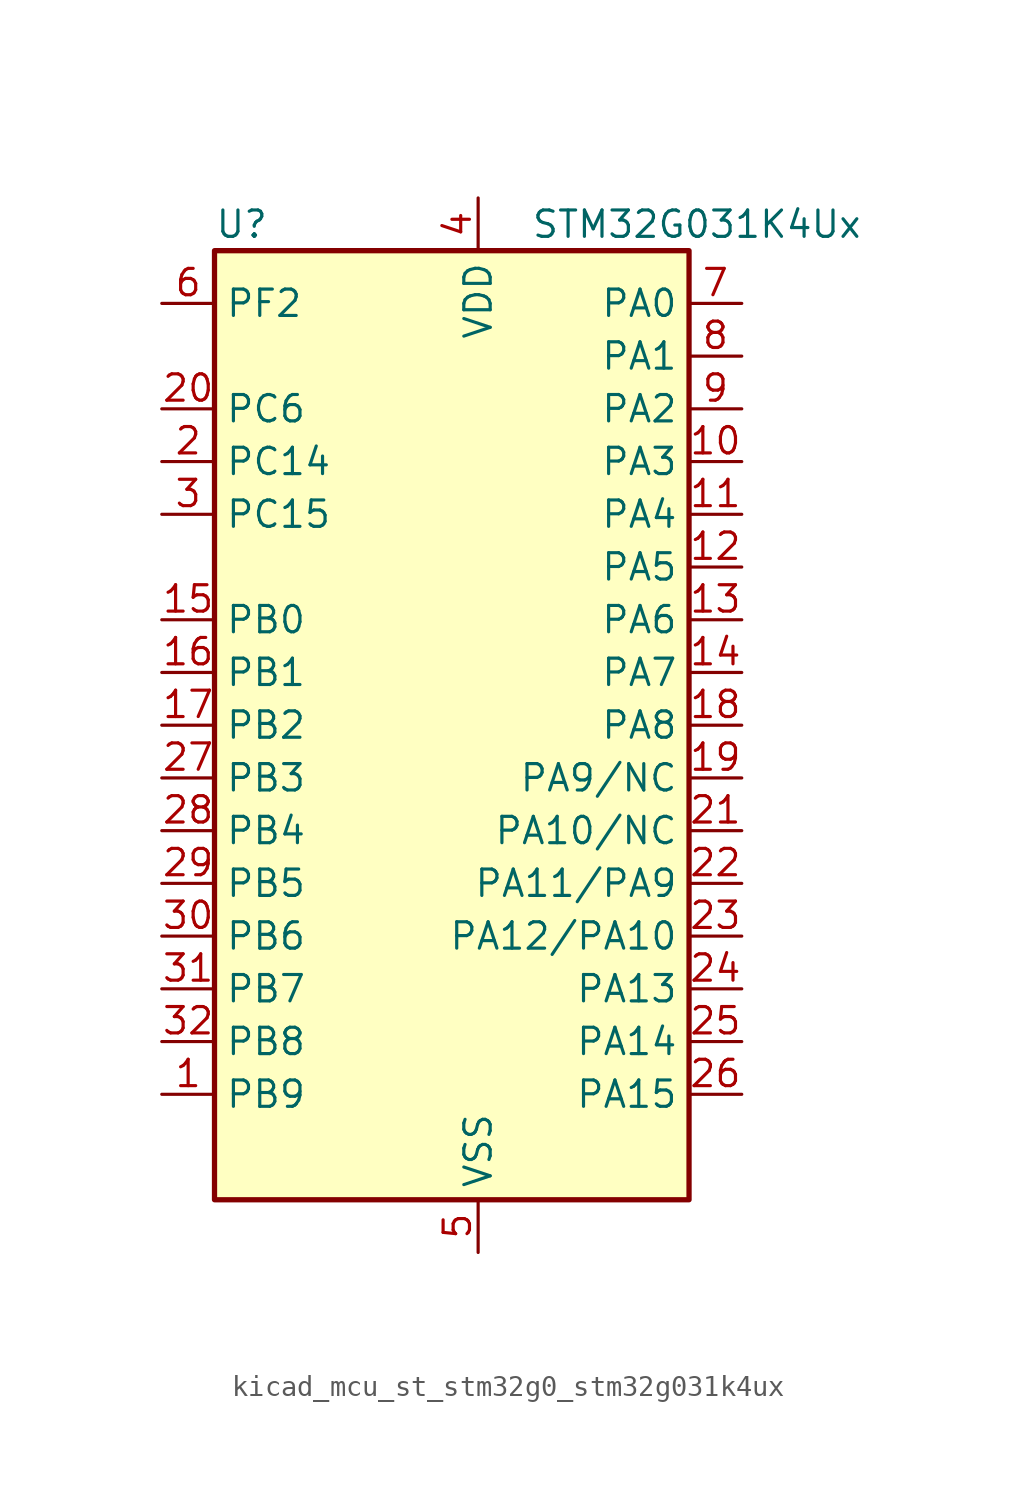
<source format=kicad_sym>
(kicad_symbol_lib
  (version 20220914)
  (generator kicad_symbol_editor)
  (symbol "kicad_mcu_st_stm32g0_stm32g031k4ux"
    (property "Reference" "U"
      (at -10.16 24.13 0)
      (effects (font (size 1.27 1.27)) (justify left)))
    (property "Value" "STM32G031K4Ux"
      (at 5.08 24.13 0)
      (effects (font (size 1.27 1.27)) (justify left)))
    (property "ki_locked" ""
      (at 0 0 0)
      (effects (font (size 1.27 1.27))))
    (symbol "kicad_mcu_st_stm32g0_stm32g031k4ux_0_1"
      (rectangle (start -10.16 -22.86) (end 12.7 22.86) (stroke (width 0.254) (type default)) (fill (type background))))
    (symbol "kicad_mcu_st_stm32g0_stm32g031k4ux_1_1"
      (pin bidirectional line (at -12.7 -17.78 0) (length 2.54) (name "PB9" (effects (font (size 1.27 1.27)))) (number "1" (effects (font (size 1.27 1.27)))) (alternate "I2C1_SDA" bidirectional line) (alternate "IR_OUT" bidirectional line) (alternate "SPI2_NSS" bidirectional line) (alternate "TIM17_CH1" bidirectional line))
      (pin bidirectional line (at 15.24 12.7 180) (length 2.54) (name "PA3" (effects (font (size 1.27 1.27)))) (number "10" (effects (font (size 1.27 1.27)))) (alternate "ADC1_IN3" bidirectional line) (alternate "LPUART1_RX" bidirectional line) (alternate "SPI2_MISO" bidirectional line) (alternate "TIM2_CH4" bidirectional line) (alternate "USART2_RX" bidirectional line))
      (pin bidirectional line (at 15.24 10.16 180) (length 2.54) (name "PA4" (effects (font (size 1.27 1.27)))) (number "11" (effects (font (size 1.27 1.27)))) (alternate "ADC1_IN4" bidirectional line) (alternate "I2S1_WS" bidirectional line) (alternate "LPTIM2_OUT" bidirectional line) (alternate "RTC_OUT_ALARM" bidirectional line) (alternate "RTC_OUT_CALIB" bidirectional line) (alternate "RTC_TAMP_IN1" bidirectional line) (alternate "RTC_TS" bidirectional line) (alternate "SPI1_NSS" bidirectional line) (alternate "SPI2_MOSI" bidirectional line) (alternate "SYS_WKUP2" bidirectional line) (alternate "TIM14_CH1" bidirectional line))
      (pin bidirectional line (at 15.24 7.62 180) (length 2.54) (name "PA5" (effects (font (size 1.27 1.27)))) (number "12" (effects (font (size 1.27 1.27)))) (alternate "ADC1_IN5" bidirectional line) (alternate "I2S1_CK" bidirectional line) (alternate "LPTIM2_ETR" bidirectional line) (alternate "SPI1_SCK" bidirectional line) (alternate "TIM2_CH1" bidirectional line) (alternate "TIM2_ETR" bidirectional line))
      (pin bidirectional line (at 15.24 5.08 180) (length 2.54) (name "PA6" (effects (font (size 1.27 1.27)))) (number "13" (effects (font (size 1.27 1.27)))) (alternate "ADC1_IN6" bidirectional line) (alternate "I2S1_MCK" bidirectional line) (alternate "LPUART1_CTS" bidirectional line) (alternate "SPI1_MISO" bidirectional line) (alternate "TIM16_CH1" bidirectional line) (alternate "TIM1_BK" bidirectional line) (alternate "TIM3_CH1" bidirectional line))
      (pin bidirectional line (at 15.24 2.54 180) (length 2.54) (name "PA7" (effects (font (size 1.27 1.27)))) (number "14" (effects (font (size 1.27 1.27)))) (alternate "ADC1_IN7" bidirectional line) (alternate "I2S1_SD" bidirectional line) (alternate "SPI1_MOSI" bidirectional line) (alternate "TIM14_CH1" bidirectional line) (alternate "TIM17_CH1" bidirectional line) (alternate "TIM1_CH1N" bidirectional line) (alternate "TIM3_CH2" bidirectional line))
      (pin bidirectional line (at -12.7 5.08 0) (length 2.54) (name "PB0" (effects (font (size 1.27 1.27)))) (number "15" (effects (font (size 1.27 1.27)))) (alternate "ADC1_IN8" bidirectional line) (alternate "I2S1_WS" bidirectional line) (alternate "LPTIM1_OUT" bidirectional line) (alternate "SPI1_NSS" bidirectional line) (alternate "TIM1_CH2N" bidirectional line) (alternate "TIM3_CH3" bidirectional line))
      (pin bidirectional line (at -12.7 2.54 0) (length 2.54) (name "PB1" (effects (font (size 1.27 1.27)))) (number "16" (effects (font (size 1.27 1.27)))) (alternate "ADC1_IN9" bidirectional line) (alternate "LPTIM2_IN1" bidirectional line) (alternate "LPUART1_DE" bidirectional line) (alternate "LPUART1_RTS" bidirectional line) (alternate "TIM14_CH1" bidirectional line) (alternate "TIM1_CH3N" bidirectional line) (alternate "TIM3_CH4" bidirectional line))
      (pin bidirectional line (at -12.7 0 0) (length 2.54) (name "PB2" (effects (font (size 1.27 1.27)))) (number "17" (effects (font (size 1.27 1.27)))) (alternate "ADC1_IN10" bidirectional line) (alternate "LPTIM1_OUT" bidirectional line) (alternate "SPI2_MISO" bidirectional line))
      (pin bidirectional line (at 15.24 0 180) (length 2.54) (name "PA8" (effects (font (size 1.27 1.27)))) (number "18" (effects (font (size 1.27 1.27)))) (alternate "LPTIM2_OUT" bidirectional line) (alternate "RCC_MCO" bidirectional line) (alternate "SPI2_NSS" bidirectional line) (alternate "TIM1_CH1" bidirectional line))
      (pin bidirectional line (at 15.24 -2.54 180) (length 2.54) (name "PA9/NC" (effects (font (size 1.27 1.27)))) (number "19" (effects (font (size 1.27 1.27)))) (alternate "I2C1_SCL" bidirectional line) (alternate "RCC_MCO" bidirectional line) (alternate "SPI2_MISO" bidirectional line) (alternate "TIM1_CH2" bidirectional line) (alternate "USART1_TX" bidirectional line))
      (pin bidirectional line (at -12.7 12.7 0) (length 2.54) (name "PC14" (effects (font (size 1.27 1.27)))) (number "2" (effects (font (size 1.27 1.27)))) (alternate "RCC_OSC32_IN" bidirectional line) (alternate "RCC_OSC_IN" bidirectional line) (alternate "TIM1_BK2" bidirectional line))
      (pin bidirectional line (at -12.7 15.24 0) (length 2.54) (name "PC6" (effects (font (size 1.27 1.27)))) (number "20" (effects (font (size 1.27 1.27)))) (alternate "TIM2_CH3" bidirectional line) (alternate "TIM3_CH1" bidirectional line))
      (pin bidirectional line (at 15.24 -5.08 180) (length 2.54) (name "PA10/NC" (effects (font (size 1.27 1.27)))) (number "21" (effects (font (size 1.27 1.27)))) (alternate "I2C1_SDA" bidirectional line) (alternate "SPI2_MOSI" bidirectional line) (alternate "TIM17_BK" bidirectional line) (alternate "TIM1_CH3" bidirectional line) (alternate "USART1_RX" bidirectional line))
      (pin bidirectional line (at 15.24 -7.62 180) (length 2.54) (name "PA11/PA9" (effects (font (size 1.27 1.27)))) (number "22" (effects (font (size 1.27 1.27)))) (alternate "ADC1_EXTI11" bidirectional line) (alternate "ADC1_IN15" bidirectional line) (alternate "I2C2_SCL" bidirectional line) (alternate "I2S1_MCK" bidirectional line) (alternate "SPI1_MISO" bidirectional line) (alternate "TIM1_BK2" bidirectional line) (alternate "TIM1_CH4" bidirectional line) (alternate "USART1_CTS" bidirectional line) (alternate "USART1_NSS" bidirectional line))
      (pin bidirectional line (at 15.24 -10.16 180) (length 2.54) (name "PA12/PA10" (effects (font (size 1.27 1.27)))) (number "23" (effects (font (size 1.27 1.27)))) (alternate "ADC1_IN16" bidirectional line) (alternate "I2C2_SDA" bidirectional line) (alternate "I2S1_SD" bidirectional line) (alternate "I2S_CKIN" bidirectional line) (alternate "SPI1_MOSI" bidirectional line) (alternate "TIM1_ETR" bidirectional line) (alternate "USART1_CK" bidirectional line) (alternate "USART1_DE" bidirectional line) (alternate "USART1_RTS" bidirectional line))
      (pin bidirectional line (at 15.24 -12.7 180) (length 2.54) (name "PA13" (effects (font (size 1.27 1.27)))) (number "24" (effects (font (size 1.27 1.27)))) (alternate "ADC1_IN17" bidirectional line) (alternate "IR_OUT" bidirectional line) (alternate "SYS_SWDIO" bidirectional line))
      (pin bidirectional line (at 15.24 -15.24 180) (length 2.54) (name "PA14" (effects (font (size 1.27 1.27)))) (number "25" (effects (font (size 1.27 1.27)))) (alternate "ADC1_IN18" bidirectional line) (alternate "SYS_SWCLK" bidirectional line) (alternate "USART2_TX" bidirectional line))
      (pin bidirectional line (at 15.24 -17.78 180) (length 2.54) (name "PA15" (effects (font (size 1.27 1.27)))) (number "26" (effects (font (size 1.27 1.27)))) (alternate "I2S1_WS" bidirectional line) (alternate "SPI1_NSS" bidirectional line) (alternate "TIM2_CH1" bidirectional line) (alternate "TIM2_ETR" bidirectional line) (alternate "USART2_RX" bidirectional line))
      (pin bidirectional line (at -12.7 -2.54 0) (length 2.54) (name "PB3" (effects (font (size 1.27 1.27)))) (number "27" (effects (font (size 1.27 1.27)))) (alternate "I2S1_CK" bidirectional line) (alternate "SPI1_SCK" bidirectional line) (alternate "TIM1_CH2" bidirectional line) (alternate "TIM2_CH2" bidirectional line) (alternate "USART1_CK" bidirectional line) (alternate "USART1_DE" bidirectional line) (alternate "USART1_RTS" bidirectional line))
      (pin bidirectional line (at -12.7 -5.08 0) (length 2.54) (name "PB4" (effects (font (size 1.27 1.27)))) (number "28" (effects (font (size 1.27 1.27)))) (alternate "I2S1_MCK" bidirectional line) (alternate "SPI1_MISO" bidirectional line) (alternate "TIM17_BK" bidirectional line) (alternate "TIM3_CH1" bidirectional line) (alternate "USART1_CTS" bidirectional line) (alternate "USART1_NSS" bidirectional line))
      (pin bidirectional line (at -12.7 -7.62 0) (length 2.54) (name "PB5" (effects (font (size 1.27 1.27)))) (number "29" (effects (font (size 1.27 1.27)))) (alternate "I2C1_SMBA" bidirectional line) (alternate "I2S1_SD" bidirectional line) (alternate "LPTIM1_IN1" bidirectional line) (alternate "SPI1_MOSI" bidirectional line) (alternate "SYS_WKUP6" bidirectional line) (alternate "TIM16_BK" bidirectional line) (alternate "TIM3_CH2" bidirectional line))
      (pin bidirectional line (at -12.7 10.16 0) (length 2.54) (name "PC15" (effects (font (size 1.27 1.27)))) (number "3" (effects (font (size 1.27 1.27)))) (alternate "RCC_OSC32_EN" bidirectional line) (alternate "RCC_OSC32_OUT" bidirectional line) (alternate "RCC_OSC_EN" bidirectional line))
      (pin bidirectional line (at -12.7 -10.16 0) (length 2.54) (name "PB6" (effects (font (size 1.27 1.27)))) (number "30" (effects (font (size 1.27 1.27)))) (alternate "I2C1_SCL" bidirectional line) (alternate "LPTIM1_ETR" bidirectional line) (alternate "SPI2_MISO" bidirectional line) (alternate "TIM16_CH1N" bidirectional line) (alternate "TIM1_CH3" bidirectional line) (alternate "USART1_TX" bidirectional line))
      (pin bidirectional line (at -12.7 -12.7 0) (length 2.54) (name "PB7" (effects (font (size 1.27 1.27)))) (number "31" (effects (font (size 1.27 1.27)))) (alternate "ADC1_IN11" bidirectional line) (alternate "I2C1_SDA" bidirectional line) (alternate "LPTIM1_IN2" bidirectional line) (alternate "SPI2_MOSI" bidirectional line) (alternate "SYS_PVD_IN" bidirectional line) (alternate "TIM17_CH1N" bidirectional line) (alternate "USART1_RX" bidirectional line))
      (pin bidirectional line (at -12.7 -15.24 0) (length 2.54) (name "PB8" (effects (font (size 1.27 1.27)))) (number "32" (effects (font (size 1.27 1.27)))) (alternate "I2C1_SCL" bidirectional line) (alternate "SPI2_SCK" bidirectional line) (alternate "TIM16_CH1" bidirectional line))
      (pin passive line (at 2.54 -25.4 90) (length 2.54) hide (name "VSS" (effects (font (size 1.27 1.27)))) (number "33" (effects (font (size 1.27 1.27)))))
      (pin power_in line (at 2.54 25.4 270) (length 2.54) (name "VDD" (effects (font (size 1.27 1.27)))) (number "4" (effects (font (size 1.27 1.27)))))
      (pin power_in line (at 2.54 -25.4 90) (length 2.54) (name "VSS" (effects (font (size 1.27 1.27)))) (number "5" (effects (font (size 1.27 1.27)))))
      (pin bidirectional line (at -12.7 20.32 0) (length 2.54) (name "PF2" (effects (font (size 1.27 1.27)))) (number "6" (effects (font (size 1.27 1.27)))) (alternate "RCC_MCO" bidirectional line))
      (pin bidirectional line (at 15.24 20.32 180) (length 2.54) (name "PA0" (effects (font (size 1.27 1.27)))) (number "7" (effects (font (size 1.27 1.27)))) (alternate "ADC1_IN0" bidirectional line) (alternate "LPTIM1_OUT" bidirectional line) (alternate "RTC_TAMP_IN2" bidirectional line) (alternate "SPI2_SCK" bidirectional line) (alternate "SYS_WKUP1" bidirectional line) (alternate "TIM2_CH1" bidirectional line) (alternate "TIM2_ETR" bidirectional line) (alternate "USART2_CTS" bidirectional line) (alternate "USART2_NSS" bidirectional line))
      (pin bidirectional line (at 15.24 17.78 180) (length 2.54) (name "PA1" (effects (font (size 1.27 1.27)))) (number "8" (effects (font (size 1.27 1.27)))) (alternate "ADC1_IN1" bidirectional line) (alternate "I2C1_SMBA" bidirectional line) (alternate "I2S1_CK" bidirectional line) (alternate "SPI1_SCK" bidirectional line) (alternate "TIM2_CH2" bidirectional line) (alternate "USART2_CK" bidirectional line) (alternate "USART2_DE" bidirectional line) (alternate "USART2_RTS" bidirectional line))
      (pin bidirectional line (at 15.24 15.24 180) (length 2.54) (name "PA2" (effects (font (size 1.27 1.27)))) (number "9" (effects (font (size 1.27 1.27)))) (alternate "ADC1_IN2" bidirectional line) (alternate "I2S1_SD" bidirectional line) (alternate "LPUART1_TX" bidirectional line) (alternate "RCC_LSCO" bidirectional line) (alternate "SPI1_MOSI" bidirectional line) (alternate "SYS_WKUP4" bidirectional line) (alternate "TIM2_CH3" bidirectional line) (alternate "USART2_TX" bidirectional line)))))
</source>
